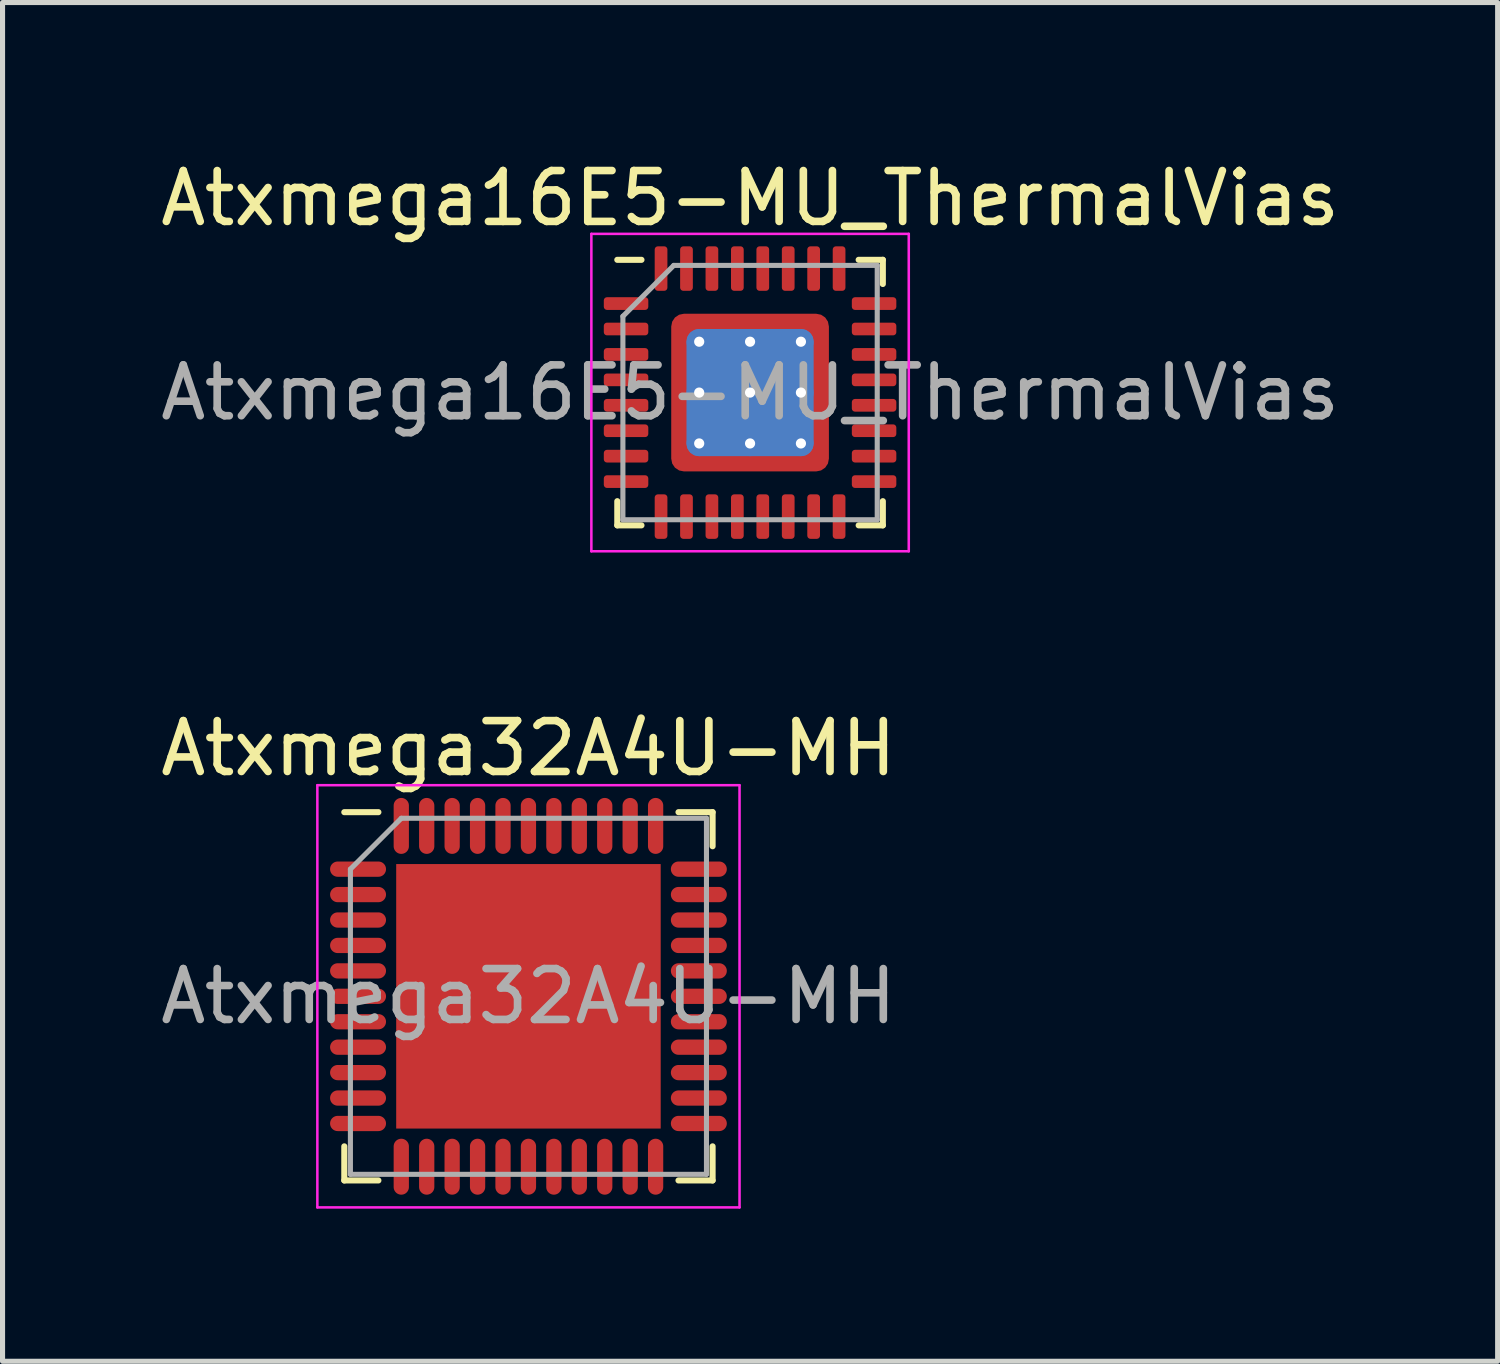
<source format=kicad_pcb>
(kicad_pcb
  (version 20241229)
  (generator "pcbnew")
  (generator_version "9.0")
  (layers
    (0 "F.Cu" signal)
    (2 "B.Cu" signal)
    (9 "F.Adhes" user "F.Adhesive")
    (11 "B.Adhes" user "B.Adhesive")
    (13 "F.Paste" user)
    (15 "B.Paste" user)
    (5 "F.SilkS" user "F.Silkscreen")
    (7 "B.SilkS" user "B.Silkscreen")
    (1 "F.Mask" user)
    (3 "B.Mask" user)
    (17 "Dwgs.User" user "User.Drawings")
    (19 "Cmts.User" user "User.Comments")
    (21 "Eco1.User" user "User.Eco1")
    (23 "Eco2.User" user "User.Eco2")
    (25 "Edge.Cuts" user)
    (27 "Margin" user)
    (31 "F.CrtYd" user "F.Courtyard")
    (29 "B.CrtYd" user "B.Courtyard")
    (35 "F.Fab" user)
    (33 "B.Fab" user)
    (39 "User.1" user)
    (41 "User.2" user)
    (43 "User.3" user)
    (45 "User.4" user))
  (footprint "Atxmega16E5-MU_ThermalVias"
    (layer "F.Cu")
    (at 11.696 4.668)
    (property "Reference" "Atxmega16E5-MU_ThermalVias" (at 0 -3.82 0) (layer "F.SilkS") (effects (font (size 1 1) (thickness 0.15))))
    (attr smd)
    (fp_line (start -2.61 2.61) (end -2.61 2.135) (stroke (width 0.12) (type solid)) (layer "F.SilkS"))
    (fp_line (start -2.135 -2.61) (end -2.61 -2.61) (stroke (width 0.12) (type solid)) (layer "F.SilkS"))
    (fp_line (start -2.135 2.61) (end -2.61 2.61) (stroke (width 0.12) (type solid)) (layer "F.SilkS"))
    (fp_line (start 2.135 -2.61) (end 2.61 -2.61) (stroke (width 0.12) (type solid)) (layer "F.SilkS"))
    (fp_line (start 2.135 2.61) (end 2.61 2.61) (stroke (width 0.12) (type solid)) (layer "F.SilkS"))
    (fp_line (start 2.61 -2.61) (end 2.61 -2.135) (stroke (width 0.12) (type solid)) (layer "F.SilkS"))
    (fp_line (start 2.61 2.61) (end 2.61 2.135) (stroke (width 0.12) (type solid)) (layer "F.SilkS"))
    (fp_line (start -3.12 -3.12) (end -3.12 3.12) (stroke (width 0.05) (type solid)) (layer "F.CrtYd"))
    (fp_line (start -3.12 3.12) (end 3.12 3.12) (stroke (width 0.05) (type solid)) (layer "F.CrtYd"))
    (fp_line (start 3.12 -3.12) (end -3.12 -3.12) (stroke (width 0.05) (type solid)) (layer "F.CrtYd"))
    (fp_line (start 3.12 3.12) (end 3.12 -3.12) (stroke (width 0.05) (type solid)) (layer "F.CrtYd"))
    (fp_line (start -2.5 -1.5) (end -1.5 -2.5) (stroke (width 0.1) (type solid)) (layer "F.Fab"))
    (fp_line (start -2.5 2.5) (end -2.5 -1.5) (stroke (width 0.1) (type solid)) (layer "F.Fab"))
    (fp_line (start -1.5 -2.5) (end 2.5 -2.5) (stroke (width 0.1) (type solid)) (layer "F.Fab"))
    (fp_line (start 2.5 -2.5) (end 2.5 2.5) (stroke (width 0.1) (type solid)) (layer "F.Fab"))
    (fp_line (start 2.5 2.5) (end -2.5 2.5) (stroke (width 0.1) (type solid)) (layer "F.Fab"))
    (fp_text user "${REFERENCE}" (at 0 0 0) (layer "F.Fab") (effects (font (size 1 1) (thickness 0.15))))
    (pad "" smd custom (at -1.275 -1.275) (size 0.319 0.319) (layers "F.Paste") (options (anchor circle)) (primitives (gr_poly (pts (xy -0.222 -0.222) (xy 0.222 -0.222) (xy 0.222 0.045) (xy 0.045 0.222) (xy -0.222 0.222)) (width 0) (fill yes))))
    (pad "" smd custom (at -1.275 -0.5) (size 0.35 0.35) (layers "F.Paste") (options (anchor circle)) (primitives (gr_poly (pts (xy -0.222 -0.403) (xy 0.089 -0.403) (xy 0.222 -0.27) (xy 0.222 0.27) (xy 0.089 0.403) (xy -0.222 0.403)) (width 0) (fill yes))))
    (pad "" smd custom (at -1.275 0.5) (size 0.35 0.35) (layers "F.Paste") (options (anchor circle)) (primitives (gr_poly (pts (xy -0.222 -0.403) (xy 0.089 -0.403) (xy 0.222 -0.27) (xy 0.222 0.27) (xy 0.089 0.403) (xy -0.222 0.403)) (width 0) (fill yes))))
    (pad "" smd custom (at -1.275 1.275) (size 0.319 0.319) (layers "F.Paste") (options (anchor circle)) (primitives (gr_poly (pts (xy -0.222 -0.222) (xy 0.045 -0.222) (xy 0.222 -0.045) (xy 0.222 0.222) (xy -0.222 0.222)) (width 0) (fill yes))))
    (pad "" smd custom (at -0.5 -1.275) (size 0.35 0.35) (layers "F.Paste") (options (anchor circle)) (primitives (gr_poly (pts (xy -0.403 -0.222) (xy 0.403 -0.222) (xy 0.403 0.089) (xy 0.27 0.222) (xy -0.27 0.222) (xy -0.403 0.089)) (width 0) (fill yes))))
    (pad "" smd roundrect (at -0.5 -0.5) (size 0.806 0.806) (layers "F.Paste") (roundrect_rratio 0.25))
    (pad "" smd roundrect (at -0.5 0.5) (size 0.806 0.806) (layers "F.Paste") (roundrect_rratio 0.25))
    (pad "" smd custom (at -0.5 1.275) (size 0.35 0.35) (layers "F.Paste") (options (anchor circle)) (primitives (gr_poly (pts (xy -0.403 -0.089) (xy -0.27 -0.222) (xy 0.27 -0.222) (xy 0.403 -0.089) (xy 0.403 0.222) (xy -0.403 0.222)) (width 0) (fill yes))))
    (pad "" smd custom (at 0.5 -1.275) (size 0.35 0.35) (layers "F.Paste") (options (anchor circle)) (primitives (gr_poly (pts (xy -0.403 -0.222) (xy 0.403 -0.222) (xy 0.403 0.089) (xy 0.27 0.222) (xy -0.27 0.222) (xy -0.403 0.089)) (width 0) (fill yes))))
    (pad "" smd roundrect (at 0.5 -0.5) (size 0.806 0.806) (layers "F.Paste") (roundrect_rratio 0.25))
    (pad "" smd roundrect (at 0.5 0.5) (size 0.806 0.806) (layers "F.Paste") (roundrect_rratio 0.25))
    (pad "" smd custom (at 0.5 1.275) (size 0.35 0.35) (layers "F.Paste") (options (anchor circle)) (primitives (gr_poly (pts (xy -0.403 -0.089) (xy -0.27 -0.222) (xy 0.27 -0.222) (xy 0.403 -0.089) (xy 0.403 0.222) (xy -0.403 0.222)) (width 0) (fill yes))))
    (pad "" smd custom (at 1.275 -1.275) (size 0.319 0.319) (layers "F.Paste") (options (anchor circle)) (primitives (gr_poly (pts (xy -0.222 -0.222) (xy 0.222 -0.222) (xy 0.222 0.222) (xy -0.045 0.222) (xy -0.222 0.045)) (width 0) (fill yes))))
    (pad "" smd custom (at 1.275 -0.5) (size 0.35 0.35) (layers "F.Paste") (options (anchor circle)) (primitives (gr_poly (pts (xy -0.222 -0.27) (xy -0.089 -0.403) (xy 0.222 -0.403) (xy 0.222 0.403) (xy -0.089 0.403) (xy -0.222 0.27)) (width 0) (fill yes))))
    (pad "" smd custom (at 1.275 0.5) (size 0.35 0.35) (layers "F.Paste") (options (anchor circle)) (primitives (gr_poly (pts (xy -0.222 -0.27) (xy -0.089 -0.403) (xy 0.222 -0.403) (xy 0.222 0.403) (xy -0.089 0.403) (xy -0.222 0.27)) (width 0) (fill yes))))
    (pad "" smd custom (at 1.275 1.275) (size 0.319 0.319) (layers "F.Paste") (options (anchor circle)) (primitives (gr_poly (pts (xy -0.222 -0.045) (xy -0.045 -0.222) (xy 0.222 -0.222) (xy 0.222 0.222) (xy -0.222 0.222)) (width 0) (fill yes))))
    (pad "1" smd roundrect (at -2.438 -1.75) (size 0.875 0.25) (layers "F.Cu" "F.Mask" "F.Paste") (roundrect_rratio 0.25))
    (pad "2" smd roundrect (at -2.438 -1.25) (size 0.875 0.25) (layers "F.Cu" "F.Mask" "F.Paste") (roundrect_rratio 0.25))
    (pad "3" smd roundrect (at -2.438 -0.75) (size 0.875 0.25) (layers "F.Cu" "F.Mask" "F.Paste") (roundrect_rratio 0.25))
    (pad "4" smd roundrect (at -2.438 -0.25) (size 0.875 0.25) (layers "F.Cu" "F.Mask" "F.Paste") (roundrect_rratio 0.25))
    (pad "5" smd roundrect (at -2.438 0.25) (size 0.875 0.25) (layers "F.Cu" "F.Mask" "F.Paste") (roundrect_rratio 0.25))
    (pad "6" smd roundrect (at -2.438 0.75) (size 0.875 0.25) (layers "F.Cu" "F.Mask" "F.Paste") (roundrect_rratio 0.25))
    (pad "7" smd roundrect (at -2.438 1.25) (size 0.875 0.25) (layers "F.Cu" "F.Mask" "F.Paste") (roundrect_rratio 0.25))
    (pad "8" smd roundrect (at -2.438 1.75) (size 0.875 0.25) (layers "F.Cu" "F.Mask" "F.Paste") (roundrect_rratio 0.25))
    (pad "9" smd roundrect (at -1.75 2.438) (size 0.25 0.875) (layers "F.Cu" "F.Mask" "F.Paste") (roundrect_rratio 0.25))
    (pad "10" smd roundrect (at -1.25 2.438) (size 0.25 0.875) (layers "F.Cu" "F.Mask" "F.Paste") (roundrect_rratio 0.25))
    (pad "11" smd roundrect (at -0.75 2.438) (size 0.25 0.875) (layers "F.Cu" "F.Mask" "F.Paste") (roundrect_rratio 0.25))
    (pad "12" smd roundrect (at -0.25 2.438) (size 0.25 0.875) (layers "F.Cu" "F.Mask" "F.Paste") (roundrect_rratio 0.25))
    (pad "13" smd roundrect (at 0.25 2.438) (size 0.25 0.875) (layers "F.Cu" "F.Mask" "F.Paste") (roundrect_rratio 0.25))
    (pad "14" smd roundrect (at 0.75 2.438) (size 0.25 0.875) (layers "F.Cu" "F.Mask" "F.Paste") (roundrect_rratio 0.25))
    (pad "15" smd roundrect (at 1.25 2.438) (size 0.25 0.875) (layers "F.Cu" "F.Mask" "F.Paste") (roundrect_rratio 0.25))
    (pad "16" smd roundrect (at 1.75 2.438) (size 0.25 0.875) (layers "F.Cu" "F.Mask" "F.Paste") (roundrect_rratio 0.25))
    (pad "17" smd roundrect (at 2.438 1.75) (size 0.875 0.25) (layers "F.Cu" "F.Mask" "F.Paste") (roundrect_rratio 0.25))
    (pad "18" smd roundrect (at 2.438 1.25) (size 0.875 0.25) (layers "F.Cu" "F.Mask" "F.Paste") (roundrect_rratio 0.25))
    (pad "19" smd roundrect (at 2.438 0.75) (size 0.875 0.25) (layers "F.Cu" "F.Mask" "F.Paste") (roundrect_rratio 0.25))
    (pad "20" smd roundrect (at 2.438 0.25) (size 0.875 0.25) (layers "F.Cu" "F.Mask" "F.Paste") (roundrect_rratio 0.25))
    (pad "21" smd roundrect (at 2.438 -0.25) (size 0.875 0.25) (layers "F.Cu" "F.Mask" "F.Paste") (roundrect_rratio 0.25))
    (pad "22" smd roundrect (at 2.438 -0.75) (size 0.875 0.25) (layers "F.Cu" "F.Mask" "F.Paste") (roundrect_rratio 0.25))
    (pad "23" smd roundrect (at 2.438 -1.25) (size 0.875 0.25) (layers "F.Cu" "F.Mask" "F.Paste") (roundrect_rratio 0.25))
    (pad "24" smd roundrect (at 2.438 -1.75) (size 0.875 0.25) (layers "F.Cu" "F.Mask" "F.Paste") (roundrect_rratio 0.25))
    (pad "25" smd roundrect (at 1.75 -2.438) (size 0.25 0.875) (layers "F.Cu" "F.Mask" "F.Paste") (roundrect_rratio 0.25))
    (pad "26" smd roundrect (at 1.25 -2.438) (size 0.25 0.875) (layers "F.Cu" "F.Mask" "F.Paste") (roundrect_rratio 0.25))
    (pad "27" smd roundrect (at 0.75 -2.438) (size 0.25 0.875) (layers "F.Cu" "F.Mask" "F.Paste") (roundrect_rratio 0.25))
    (pad "28" smd roundrect (at 0.25 -2.438) (size 0.25 0.875) (layers "F.Cu" "F.Mask" "F.Paste") (roundrect_rratio 0.25))
    (pad "29" smd roundrect (at -0.25 -2.438) (size 0.25 0.875) (layers "F.Cu" "F.Mask" "F.Paste") (roundrect_rratio 0.25))
    (pad "30" smd roundrect (at -0.75 -2.438) (size 0.25 0.875) (layers "F.Cu" "F.Mask" "F.Paste") (roundrect_rratio 0.25))
    (pad "31" smd roundrect (at -1.25 -2.438) (size 0.25 0.875) (layers "F.Cu" "F.Mask" "F.Paste") (roundrect_rratio 0.25))
    (pad "32" smd roundrect (at -1.75 -2.438) (size 0.25 0.875) (layers "F.Cu" "F.Mask" "F.Paste") (roundrect_rratio 0.25))
    (pad "33" thru_hole circle (at -1 -1) (size 0.5 0.5) (drill 0.2) (layers "*.Cu"))
    (pad "33" thru_hole circle (at -1 0) (size 0.5 0.5) (drill 0.2) (layers "*.Cu"))
    (pad "33" thru_hole circle (at -1 1) (size 0.5 0.5) (drill 0.2) (layers "*.Cu"))
    (pad "33" thru_hole circle (at 0 -1) (size 0.5 0.5) (drill 0.2) (layers "*.Cu"))
    (pad "33" thru_hole circle (at 0 0) (size 0.5 0.5) (drill 0.2) (layers "*.Cu"))
    (pad "33" smd roundrect (at 0 0) (size 2.5 2.5) (layers "B.Cu") (roundrect_rratio 0.1))
    (pad "33" smd roundrect (at 0 0) (size 3.1 3.1) (layers "F.Cu" "F.Mask") (roundrect_rratio 0.081))
    (pad "33" thru_hole circle (at 0 1) (size 0.5 0.5) (drill 0.2) (layers "*.Cu"))
    (pad "33" thru_hole circle (at 1 -1) (size 0.5 0.5) (drill 0.2) (layers "*.Cu"))
    (pad "33" thru_hole circle (at 1 0) (size 0.5 0.5) (drill 0.2) (layers "*.Cu"))
    (pad "33" thru_hole circle (at 1 1) (size 0.5 0.5) (drill 0.2) (layers "*.Cu")))
  (footprint "Atxmega32A4U-MH"
    (layer "F.Cu")
    (at 7.339 16.537)
    (property "Reference" "Atxmega32A4U-MH" (at 0 -4.875 0) (layer "F.SilkS") (effects (font (size 1 1) (thickness 0.15))))
    (attr smd)
    (fp_line (start -3.62 -3.62) (end -2.95 -3.62) (stroke (width 0.12) (type solid)) (layer "F.SilkS"))
    (fp_line (start -3.62 3.62) (end -3.62 2.95) (stroke (width 0.12) (type solid)) (layer "F.SilkS"))
    (fp_line (start -3.62 3.62) (end -2.95 3.62) (stroke (width 0.12) (type solid)) (layer "F.SilkS"))
    (fp_line (start 3.62 -3.62) (end 2.95 -3.62) (stroke (width 0.12) (type solid)) (layer "F.SilkS"))
    (fp_line (start 3.62 -3.62) (end 3.62 -2.95) (stroke (width 0.12) (type solid)) (layer "F.SilkS"))
    (fp_line (start 3.62 3.62) (end 2.95 3.62) (stroke (width 0.12) (type solid)) (layer "F.SilkS"))
    (fp_line (start 3.62 3.62) (end 3.62 2.95) (stroke (width 0.12) (type solid)) (layer "F.SilkS"))
    (fp_line (start -4.15 -4.15) (end -4.15 4.15) (stroke (width 0.05) (type solid)) (layer "F.CrtYd"))
    (fp_line (start -4.15 -4.15) (end 4.15 -4.15) (stroke (width 0.05) (type solid)) (layer "F.CrtYd"))
    (fp_line (start -4.15 4.15) (end 4.15 4.15) (stroke (width 0.05) (type solid)) (layer "F.CrtYd"))
    (fp_line (start 4.15 -4.15) (end 4.15 4.15) (stroke (width 0.05) (type solid)) (layer "F.CrtYd"))
    (fp_line (start -3.5 -2.5) (end -2.5 -3.5) (stroke (width 0.1) (type solid)) (layer "F.Fab"))
    (fp_line (start -3.5 3.5) (end -3.5 -2.5) (stroke (width 0.1) (type solid)) (layer "F.Fab"))
    (fp_line (start -2.5 -3.5) (end 3.5 -3.5) (stroke (width 0.1) (type solid)) (layer "F.Fab"))
    (fp_line (start 3.5 -3.5) (end 3.5 3.5) (stroke (width 0.1) (type solid)) (layer "F.Fab"))
    (fp_line (start 3.5 3.5) (end -3.5 3.5) (stroke (width 0.1) (type solid)) (layer "F.Fab"))
    (fp_text user "${REFERENCE}" (at 0 0 0) (layer "F.Fab") (effects (font (size 1 1) (thickness 0.15))))
    (pad "" smd rect (at -2.06 -2.06) (size 0.83 0.83) (layers "F.Paste"))
    (pad "" smd rect (at -2.06 -1.03) (size 0.83 0.83) (layers "F.Paste"))
    (pad "" smd rect (at -2.06 0) (size 0.83 0.83) (layers "F.Paste"))
    (pad "" smd rect (at -2.06 1.03) (size 0.83 0.83) (layers "F.Paste"))
    (pad "" smd rect (at -2.06 2.06) (size 0.83 0.83) (layers "F.Paste"))
    (pad "" smd rect (at -1.03 -2.06) (size 0.83 0.83) (layers "F.Paste"))
    (pad "" smd rect (at -1.03 -1.03) (size 0.83 0.83) (layers "F.Paste"))
    (pad "" smd rect (at -1.03 0) (size 0.83 0.83) (layers "F.Paste"))
    (pad "" smd rect (at -1.03 1.03) (size 0.83 0.83) (layers "F.Paste"))
    (pad "" smd rect (at -1.03 2.06) (size 0.83 0.83) (layers "F.Paste"))
    (pad "" smd rect (at 0 -2.06) (size 0.83 0.83) (layers "F.Paste"))
    (pad "" smd rect (at 0 -1.03) (size 0.83 0.83) (layers "F.Paste"))
    (pad "" smd rect (at 0 0) (size 0.83 0.83) (layers "F.Paste"))
    (pad "" smd rect (at 0 1.03) (size 0.83 0.83) (layers "F.Paste"))
    (pad "" smd rect (at 0 2.06) (size 0.83 0.83) (layers "F.Paste"))
    (pad "" smd rect (at 1.03 -2.06) (size 0.83 0.83) (layers "F.Paste"))
    (pad "" smd rect (at 1.03 -1.03) (size 0.83 0.83) (layers "F.Paste"))
    (pad "" smd rect (at 1.03 0) (size 0.83 0.83) (layers "F.Paste"))
    (pad "" smd rect (at 1.03 1.03) (size 0.83 0.83) (layers "F.Paste"))
    (pad "" smd rect (at 1.03 2.06) (size 0.83 0.83) (layers "F.Paste"))
    (pad "" smd rect (at 2.06 -2.06) (size 0.83 0.83) (layers "F.Paste"))
    (pad "" smd rect (at 2.06 -1.03) (size 0.83 0.83) (layers "F.Paste"))
    (pad "" smd rect (at 2.06 0) (size 0.83 0.83) (layers "F.Paste"))
    (pad "" smd rect (at 2.06 1.03) (size 0.83 0.83) (layers "F.Paste"))
    (pad "" smd rect (at 2.06 2.06) (size 0.83 0.83) (layers "F.Paste"))
    (pad "1" smd oval (at -3.35 -2.5) (size 1.1 0.3) (layers "F.Cu" "F.Mask" "F.Paste"))
    (pad "2" smd oval (at -3.35 -2) (size 1.1 0.3) (layers "F.Cu" "F.Mask" "F.Paste"))
    (pad "3" smd oval (at -3.35 -1.5) (size 1.1 0.3) (layers "F.Cu" "F.Mask" "F.Paste"))
    (pad "4" smd oval (at -3.35 -1) (size 1.1 0.3) (layers "F.Cu" "F.Mask" "F.Paste"))
    (pad "5" smd oval (at -3.35 -0.5) (size 1.1 0.3) (layers "F.Cu" "F.Mask" "F.Paste"))
    (pad "6" smd oval (at -3.35 0) (size 1.1 0.3) (layers "F.Cu" "F.Mask" "F.Paste"))
    (pad "7" smd oval (at -3.35 0.5) (size 1.1 0.3) (layers "F.Cu" "F.Mask" "F.Paste"))
    (pad "8" smd oval (at -3.35 1) (size 1.1 0.3) (layers "F.Cu" "F.Mask" "F.Paste"))
    (pad "9" smd oval (at -3.35 1.5) (size 1.1 0.3) (layers "F.Cu" "F.Mask" "F.Paste"))
    (pad "10" smd oval (at -3.35 2) (size 1.1 0.3) (layers "F.Cu" "F.Mask" "F.Paste"))
    (pad "11" smd oval (at -3.35 2.5) (size 1.1 0.3) (layers "F.Cu" "F.Mask" "F.Paste"))
    (pad "12" smd oval (at -2.5 3.35 90) (size 1.1 0.3) (layers "F.Cu" "F.Mask" "F.Paste"))
    (pad "13" smd oval (at -2 3.35 90) (size 1.1 0.3) (layers "F.Cu" "F.Mask" "F.Paste"))
    (pad "14" smd oval (at -1.5 3.35 90) (size 1.1 0.3) (layers "F.Cu" "F.Mask" "F.Paste"))
    (pad "15" smd oval (at -1 3.35 90) (size 1.1 0.3) (layers "F.Cu" "F.Mask" "F.Paste"))
    (pad "16" smd oval (at -0.5 3.35 90) (size 1.1 0.3) (layers "F.Cu" "F.Mask" "F.Paste"))
    (pad "17" smd oval (at 0 3.35 90) (size 1.1 0.3) (layers "F.Cu" "F.Mask" "F.Paste"))
    (pad "18" smd oval (at 0.5 3.35 90) (size 1.1 0.3) (layers "F.Cu" "F.Mask" "F.Paste"))
    (pad "19" smd oval (at 1 3.35 90) (size 1.1 0.3) (layers "F.Cu" "F.Mask" "F.Paste"))
    (pad "20" smd oval (at 1.5 3.35 90) (size 1.1 0.3) (layers "F.Cu" "F.Mask" "F.Paste"))
    (pad "21" smd oval (at 2 3.35 90) (size 1.1 0.3) (layers "F.Cu" "F.Mask" "F.Paste"))
    (pad "22" smd oval (at 2.5 3.35 90) (size 1.1 0.3) (layers "F.Cu" "F.Mask" "F.Paste"))
    (pad "23" smd oval (at 3.35 2.5) (size 1.1 0.3) (layers "F.Cu" "F.Mask" "F.Paste"))
    (pad "24" smd oval (at 3.35 2) (size 1.1 0.3) (layers "F.Cu" "F.Mask" "F.Paste"))
    (pad "25" smd oval (at 3.35 1.5) (size 1.1 0.3) (layers "F.Cu" "F.Mask" "F.Paste"))
    (pad "26" smd oval (at 3.35 1) (size 1.1 0.3) (layers "F.Cu" "F.Mask" "F.Paste"))
    (pad "27" smd oval (at 3.35 0.5) (size 1.1 0.3) (layers "F.Cu" "F.Mask" "F.Paste"))
    (pad "28" smd oval (at 3.35 0) (size 1.1 0.3) (layers "F.Cu" "F.Mask" "F.Paste"))
    (pad "29" smd oval (at 3.35 -0.5) (size 1.1 0.3) (layers "F.Cu" "F.Mask" "F.Paste"))
    (pad "30" smd oval (at 3.35 -1) (size 1.1 0.3) (layers "F.Cu" "F.Mask" "F.Paste"))
    (pad "31" smd oval (at 3.35 -1.5) (size 1.1 0.3) (layers "F.Cu" "F.Mask" "F.Paste"))
    (pad "32" smd oval (at 3.35 -2) (size 1.1 0.3) (layers "F.Cu" "F.Mask" "F.Paste"))
    (pad "33" smd oval (at 3.35 -2.5) (size 1.1 0.3) (layers "F.Cu" "F.Mask" "F.Paste"))
    (pad "34" smd oval (at 2.5 -3.35 90) (size 1.1 0.3) (layers "F.Cu" "F.Mask" "F.Paste"))
    (pad "35" smd oval (at 2 -3.35 90) (size 1.1 0.3) (layers "F.Cu" "F.Mask" "F.Paste"))
    (pad "36" smd oval (at 1.5 -3.35 90) (size 1.1 0.3) (layers "F.Cu" "F.Mask" "F.Paste"))
    (pad "37" smd oval (at 1 -3.35 90) (size 1.1 0.3) (layers "F.Cu" "F.Mask" "F.Paste"))
    (pad "38" smd oval (at 0.5 -3.35 90) (size 1.1 0.3) (layers "F.Cu" "F.Mask" "F.Paste"))
    (pad "39" smd oval (at 0 -3.35 90) (size 1.1 0.3) (layers "F.Cu" "F.Mask" "F.Paste"))
    (pad "40" smd oval (at -0.5 -3.35 90) (size 1.1 0.3) (layers "F.Cu" "F.Mask" "F.Paste"))
    (pad "41" smd oval (at -1 -3.35 90) (size 1.1 0.3) (layers "F.Cu" "F.Mask" "F.Paste"))
    (pad "42" smd oval (at -1.5 -3.35 90) (size 1.1 0.3) (layers "F.Cu" "F.Mask" "F.Paste"))
    (pad "43" smd oval (at -2 -3.35 90) (size 1.1 0.3) (layers "F.Cu" "F.Mask" "F.Paste"))
    (pad "44" smd oval (at -2.5 -3.35 90) (size 1.1 0.3) (layers "F.Cu" "F.Mask" "F.Paste"))
    (pad "45" smd rect (at 0 0) (size 5.2 5.2) (layers "F.Cu" "F.Mask")))
  (gr_rect
    (start -3 -3)
    (end 26.393 23.712)
    (stroke (width 0.1) (type default))
    (fill no)
    (layer "Edge.Cuts")))
</source>
